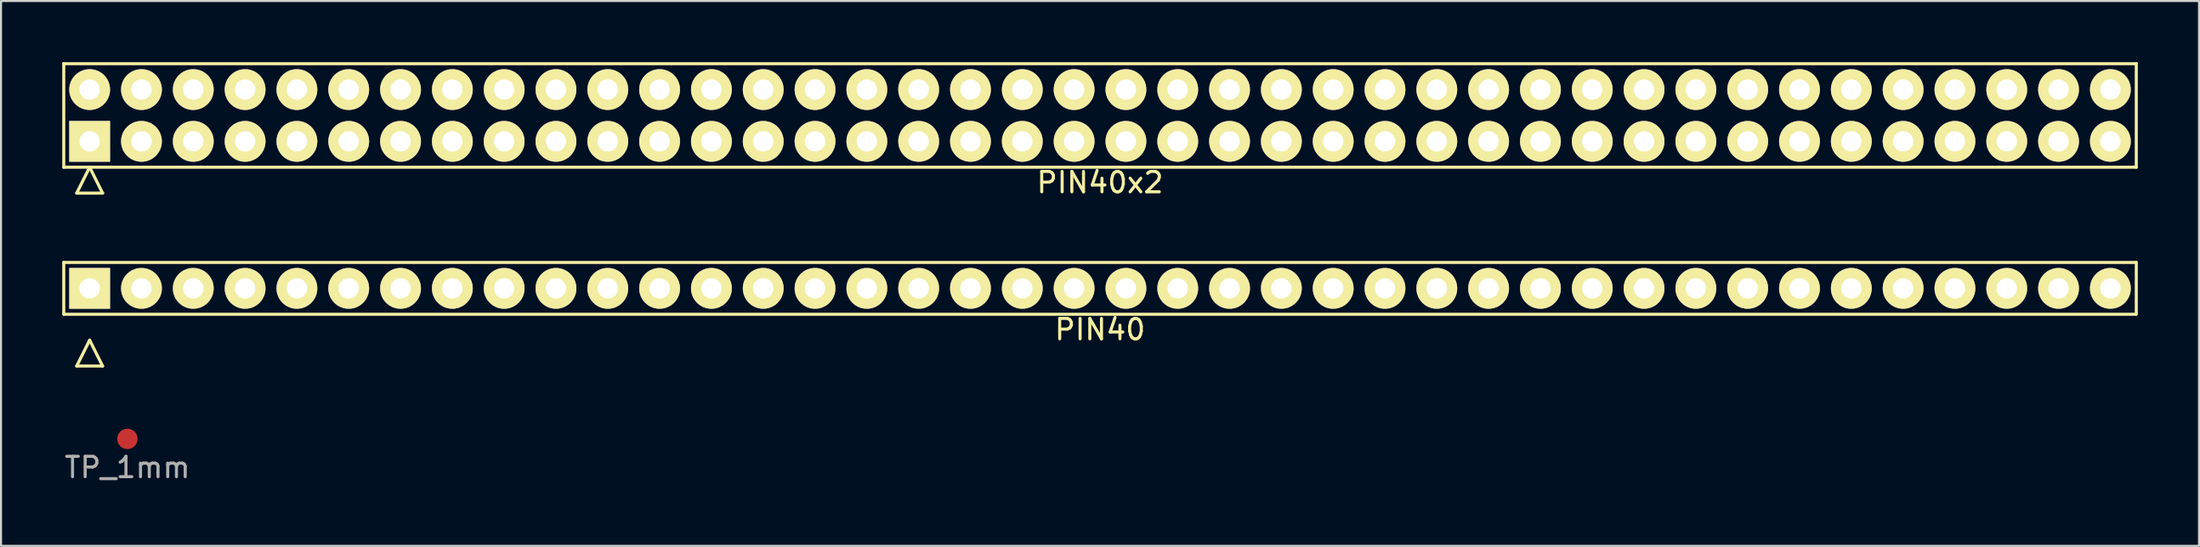
<source format=kicad_pcb>
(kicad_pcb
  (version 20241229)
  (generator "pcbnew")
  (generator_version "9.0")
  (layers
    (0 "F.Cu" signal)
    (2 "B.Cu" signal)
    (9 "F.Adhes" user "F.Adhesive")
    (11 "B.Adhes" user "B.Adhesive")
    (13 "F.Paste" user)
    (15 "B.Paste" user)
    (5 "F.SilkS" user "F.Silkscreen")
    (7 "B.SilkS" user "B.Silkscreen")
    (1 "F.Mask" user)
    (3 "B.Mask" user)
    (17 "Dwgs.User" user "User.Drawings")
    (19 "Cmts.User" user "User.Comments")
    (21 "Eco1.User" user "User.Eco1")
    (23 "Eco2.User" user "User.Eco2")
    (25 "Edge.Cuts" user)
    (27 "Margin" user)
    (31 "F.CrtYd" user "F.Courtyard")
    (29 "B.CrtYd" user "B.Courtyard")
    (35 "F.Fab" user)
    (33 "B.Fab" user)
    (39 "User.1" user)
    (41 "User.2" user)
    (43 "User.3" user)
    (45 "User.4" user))
  (footprint "TP_1mm"
    (layer "F.Cu")
    (at 3.196 18.483)
    (property "Reference" "TP_1mm" (at 0 1.4 0) (layer "F.Fab") (effects (font (size 1 1) (thickness 0.15))))
    (attr through_hole)
    (pad "1" smd circle (at 0 0) (size 1 1) (layers "F.Cu" "F.Mask")))
  (footprint "PIN40x2"
    (layer "F.Cu")
    (at 50.875 2.615)
    (property "Reference" "PIN40x2" (at 0 3.29 0) (layer "F.SilkS") (effects (font (size 1 1) (thickness 0.15))))
    (attr through_hole)
    (fp_line (start -50.8 -2.54) (end -50.8 2.54) (stroke (width 0.15) (type solid)) (layer "F.SilkS"))
    (fp_line (start -50.8 2.54) (end 50.8 2.54) (stroke (width 0.15) (type solid)) (layer "F.SilkS"))
    (fp_line (start -50.165 3.81) (end -49.53 2.54) (stroke (width 0.15) (type solid)) (layer "F.SilkS"))
    (fp_line (start -50.165 3.81) (end -48.895 3.81) (stroke (width 0.15) (type solid)) (layer "F.SilkS"))
    (fp_line (start -48.895 3.81) (end -49.53 2.54) (stroke (width 0.15) (type solid)) (layer "F.SilkS"))
    (fp_line (start 50.8 -2.54) (end -50.8 -2.54) (stroke (width 0.15) (type solid)) (layer "F.SilkS"))
    (fp_line (start 50.8 2.54) (end 50.8 -2.54) (stroke (width 0.15) (type solid)) (layer "F.SilkS"))
    (pad "1" thru_hole rect (at -49.53 1.27) (size 2 2) (drill 1) (layers "*.Cu" "*.Mask" "F.SilkS"))
    (pad "2" thru_hole circle (at -49.53 -1.27) (size 2 2) (drill 1) (layers "*.Cu" "*.Mask" "F.SilkS"))
    (pad "3" thru_hole circle (at -46.99 1.27) (size 2 2) (drill 1) (layers "*.Cu" "*.Mask" "F.SilkS"))
    (pad "4" thru_hole circle (at -46.99 -1.27) (size 2 2) (drill 1) (layers "*.Cu" "*.Mask" "F.SilkS"))
    (pad "5" thru_hole circle (at -44.45 1.27) (size 2 2) (drill 1) (layers "*.Cu" "*.Mask" "F.SilkS"))
    (pad "6" thru_hole circle (at -44.45 -1.27) (size 2 2) (drill 1) (layers "*.Cu" "*.Mask" "F.SilkS"))
    (pad "7" thru_hole circle (at -41.91 1.27) (size 2 2) (drill 1) (layers "*.Cu" "*.Mask" "F.SilkS"))
    (pad "8" thru_hole circle (at -41.91 -1.27) (size 2 2) (drill 1) (layers "*.Cu" "*.Mask" "F.SilkS"))
    (pad "9" thru_hole circle (at -39.37 1.27) (size 2 2) (drill 1) (layers "*.Cu" "*.Mask" "F.SilkS"))
    (pad "10" thru_hole circle (at -39.37 -1.27) (size 2 2) (drill 1) (layers "*.Cu" "*.Mask" "F.SilkS"))
    (pad "11" thru_hole circle (at -36.83 1.27) (size 2 2) (drill 1) (layers "*.Cu" "*.Mask" "F.SilkS"))
    (pad "12" thru_hole circle (at -36.83 -1.27) (size 2 2) (drill 1) (layers "*.Cu" "*.Mask" "F.SilkS"))
    (pad "13" thru_hole circle (at -34.29 1.27) (size 2 2) (drill 1) (layers "*.Cu" "*.Mask" "F.SilkS"))
    (pad "14" thru_hole circle (at -34.29 -1.27) (size 2 2) (drill 1) (layers "*.Cu" "*.Mask" "F.SilkS"))
    (pad "15" thru_hole circle (at -31.75 1.27) (size 2 2) (drill 1) (layers "*.Cu" "*.Mask" "F.SilkS"))
    (pad "16" thru_hole circle (at -31.75 -1.27) (size 2 2) (drill 1) (layers "*.Cu" "*.Mask" "F.SilkS"))
    (pad "17" thru_hole circle (at -29.21 1.27) (size 2 2) (drill 1) (layers "*.Cu" "*.Mask" "F.SilkS"))
    (pad "18" thru_hole circle (at -29.21 -1.27) (size 2 2) (drill 1) (layers "*.Cu" "*.Mask" "F.SilkS"))
    (pad "19" thru_hole circle (at -26.67 1.27) (size 2 2) (drill 1) (layers "*.Cu" "*.Mask" "F.SilkS"))
    (pad "20" thru_hole circle (at -26.67 -1.27) (size 2 2) (drill 1) (layers "*.Cu" "*.Mask" "F.SilkS"))
    (pad "21" thru_hole circle (at -24.13 1.27) (size 2 2) (drill 1) (layers "*.Cu" "*.Mask" "F.SilkS"))
    (pad "22" thru_hole circle (at -24.13 -1.27) (size 2 2) (drill 1) (layers "*.Cu" "*.Mask" "F.SilkS"))
    (pad "23" thru_hole circle (at -21.59 1.27) (size 2 2) (drill 1) (layers "*.Cu" "*.Mask" "F.SilkS"))
    (pad "24" thru_hole circle (at -21.59 -1.27) (size 2 2) (drill 1) (layers "*.Cu" "*.Mask" "F.SilkS"))
    (pad "25" thru_hole circle (at -19.05 1.27) (size 2 2) (drill 1) (layers "*.Cu" "*.Mask" "F.SilkS"))
    (pad "26" thru_hole circle (at -19.05 -1.27) (size 2 2) (drill 1) (layers "*.Cu" "*.Mask" "F.SilkS"))
    (pad "27" thru_hole circle (at -16.51 1.27) (size 2 2) (drill 1) (layers "*.Cu" "*.Mask" "F.SilkS"))
    (pad "28" thru_hole circle (at -16.51 -1.27) (size 2 2) (drill 1) (layers "*.Cu" "*.Mask" "F.SilkS"))
    (pad "29" thru_hole circle (at -13.97 1.27) (size 2 2) (drill 1) (layers "*.Cu" "*.Mask" "F.SilkS"))
    (pad "30" thru_hole circle (at -13.97 -1.27) (size 2 2) (drill 1) (layers "*.Cu" "*.Mask" "F.SilkS"))
    (pad "31" thru_hole circle (at -11.43 1.27) (size 2 2) (drill 1) (layers "*.Cu" "*.Mask" "F.SilkS"))
    (pad "32" thru_hole circle (at -11.43 -1.27) (size 2 2) (drill 1) (layers "*.Cu" "*.Mask" "F.SilkS"))
    (pad "33" thru_hole circle (at -8.89 1.27) (size 2 2) (drill 1) (layers "*.Cu" "*.Mask" "F.SilkS"))
    (pad "34" thru_hole circle (at -8.89 -1.27) (size 2 2) (drill 1) (layers "*.Cu" "*.Mask" "F.SilkS"))
    (pad "35" thru_hole circle (at -6.35 1.27) (size 2 2) (drill 1) (layers "*.Cu" "*.Mask" "F.SilkS"))
    (pad "36" thru_hole circle (at -6.35 -1.27) (size 2 2) (drill 1) (layers "*.Cu" "*.Mask" "F.SilkS"))
    (pad "37" thru_hole circle (at -3.81 1.27) (size 2 2) (drill 1) (layers "*.Cu" "*.Mask" "F.SilkS"))
    (pad "38" thru_hole circle (at -3.81 -1.27) (size 2 2) (drill 1) (layers "*.Cu" "*.Mask" "F.SilkS"))
    (pad "39" thru_hole circle (at -1.27 1.27) (size 2 2) (drill 1) (layers "*.Cu" "*.Mask" "F.SilkS"))
    (pad "40" thru_hole circle (at -1.27 -1.27) (size 2 2) (drill 1) (layers "*.Cu" "*.Mask" "F.SilkS"))
    (pad "41" thru_hole circle (at 1.27 1.27) (size 2 2) (drill 1) (layers "*.Cu" "*.Mask" "F.SilkS"))
    (pad "42" thru_hole circle (at 1.27 -1.27) (size 2 2) (drill 1) (layers "*.Cu" "*.Mask" "F.SilkS"))
    (pad "43" thru_hole circle (at 3.81 1.27) (size 2 2) (drill 1) (layers "*.Cu" "*.Mask" "F.SilkS"))
    (pad "44" thru_hole circle (at 3.81 -1.27) (size 2 2) (drill 1) (layers "*.Cu" "*.Mask" "F.SilkS"))
    (pad "45" thru_hole circle (at 6.35 1.27) (size 2 2) (drill 1) (layers "*.Cu" "*.Mask" "F.SilkS"))
    (pad "46" thru_hole circle (at 6.35 -1.27) (size 2 2) (drill 1) (layers "*.Cu" "*.Mask" "F.SilkS"))
    (pad "47" thru_hole circle (at 8.89 1.27) (size 2 2) (drill 1) (layers "*.Cu" "*.Mask" "F.SilkS"))
    (pad "48" thru_hole circle (at 8.89 -1.27) (size 2 2) (drill 1) (layers "*.Cu" "*.Mask" "F.SilkS"))
    (pad "49" thru_hole circle (at 11.43 1.27) (size 2 2) (drill 1) (layers "*.Cu" "*.Mask" "F.SilkS"))
    (pad "50" thru_hole circle (at 11.43 -1.27) (size 2 2) (drill 1) (layers "*.Cu" "*.Mask" "F.SilkS"))
    (pad "51" thru_hole circle (at 13.97 1.27) (size 2 2) (drill 1) (layers "*.Cu" "*.Mask" "F.SilkS"))
    (pad "52" thru_hole circle (at 13.97 -1.27) (size 2 2) (drill 1) (layers "*.Cu" "*.Mask" "F.SilkS"))
    (pad "53" thru_hole circle (at 16.51 1.27) (size 2 2) (drill 1) (layers "*.Cu" "*.Mask" "F.SilkS"))
    (pad "54" thru_hole circle (at 16.51 -1.27) (size 2 2) (drill 1) (layers "*.Cu" "*.Mask" "F.SilkS"))
    (pad "55" thru_hole circle (at 19.05 1.27) (size 2 2) (drill 1) (layers "*.Cu" "*.Mask" "F.SilkS"))
    (pad "56" thru_hole circle (at 19.05 -1.27) (size 2 2) (drill 1) (layers "*.Cu" "*.Mask" "F.SilkS"))
    (pad "57" thru_hole circle (at 21.59 1.27) (size 2 2) (drill 1) (layers "*.Cu" "*.Mask" "F.SilkS"))
    (pad "58" thru_hole circle (at 21.59 -1.27) (size 2 2) (drill 1) (layers "*.Cu" "*.Mask" "F.SilkS"))
    (pad "59" thru_hole circle (at 24.13 1.27) (size 2 2) (drill 1) (layers "*.Cu" "*.Mask" "F.SilkS"))
    (pad "60" thru_hole circle (at 24.13 -1.27) (size 2 2) (drill 1) (layers "*.Cu" "*.Mask" "F.SilkS"))
    (pad "61" thru_hole circle (at 26.67 1.27) (size 2 2) (drill 1) (layers "*.Cu" "*.Mask" "F.SilkS"))
    (pad "62" thru_hole circle (at 26.67 -1.27) (size 2 2) (drill 1) (layers "*.Cu" "*.Mask" "F.SilkS"))
    (pad "63" thru_hole circle (at 29.21 1.27) (size 2 2) (drill 1) (layers "*.Cu" "*.Mask" "F.SilkS"))
    (pad "64" thru_hole circle (at 29.21 -1.27) (size 2 2) (drill 1) (layers "*.Cu" "*.Mask" "F.SilkS"))
    (pad "65" thru_hole circle (at 31.75 1.27) (size 2 2) (drill 1) (layers "*.Cu" "*.Mask" "F.SilkS"))
    (pad "66" thru_hole circle (at 31.75 -1.27) (size 2 2) (drill 1) (layers "*.Cu" "*.Mask" "F.SilkS"))
    (pad "67" thru_hole circle (at 34.29 1.27) (size 2 2) (drill 1) (layers "*.Cu" "*.Mask" "F.SilkS"))
    (pad "68" thru_hole circle (at 34.29 -1.27) (size 2 2) (drill 1) (layers "*.Cu" "*.Mask" "F.SilkS"))
    (pad "69" thru_hole circle (at 36.83 1.27) (size 2 2) (drill 1) (layers "*.Cu" "*.Mask" "F.SilkS"))
    (pad "70" thru_hole circle (at 36.83 -1.27) (size 2 2) (drill 1) (layers "*.Cu" "*.Mask" "F.SilkS"))
    (pad "71" thru_hole circle (at 39.37 1.27) (size 2 2) (drill 1) (layers "*.Cu" "*.Mask" "F.SilkS"))
    (pad "72" thru_hole circle (at 39.37 -1.27) (size 2 2) (drill 1) (layers "*.Cu" "*.Mask" "F.SilkS"))
    (pad "73" thru_hole circle (at 41.91 1.27) (size 2 2) (drill 1) (layers "*.Cu" "*.Mask" "F.SilkS"))
    (pad "74" thru_hole circle (at 41.91 -1.27) (size 2 2) (drill 1) (layers "*.Cu" "*.Mask" "F.SilkS"))
    (pad "75" thru_hole circle (at 44.45 1.27) (size 2 2) (drill 1) (layers "*.Cu" "*.Mask" "F.SilkS"))
    (pad "76" thru_hole circle (at 44.45 -1.27) (size 2 2) (drill 1) (layers "*.Cu" "*.Mask" "F.SilkS"))
    (pad "77" thru_hole circle (at 46.99 1.27) (size 2 2) (drill 1) (layers "*.Cu" "*.Mask" "F.SilkS"))
    (pad "78" thru_hole circle (at 46.99 -1.27) (size 2 2) (drill 1) (layers "*.Cu" "*.Mask" "F.SilkS"))
    (pad "79" thru_hole circle (at 49.53 1.27) (size 2 2) (drill 1) (layers "*.Cu" "*.Mask" "F.SilkS"))
    (pad "80" thru_hole circle (at 49.53 -1.27) (size 2 2) (drill 1) (layers "*.Cu" "*.Mask" "F.SilkS")))
  (footprint "PIN40"
    (layer "F.Cu")
    (at 50.875 11.098)
    (property "Reference" "PIN40" (at 0 2.02 0) (layer "F.SilkS") (effects (font (size 1 1) (thickness 0.15))))
    (attr through_hole)
    (fp_line (start -50.8 -1.27) (end -50.8 1.27) (stroke (width 0.15) (type solid)) (layer "F.SilkS"))
    (fp_line (start -50.8 1.27) (end 50.8 1.27) (stroke (width 0.15) (type solid)) (layer "F.SilkS"))
    (fp_line (start -50.165 3.81) (end -49.53 2.54) (stroke (width 0.15) (type solid)) (layer "F.SilkS"))
    (fp_line (start -50.165 3.81) (end -48.895 3.81) (stroke (width 0.15) (type solid)) (layer "F.SilkS"))
    (fp_line (start -48.895 3.81) (end -49.53 2.54) (stroke (width 0.15) (type solid)) (layer "F.SilkS"))
    (fp_line (start 50.8 -1.27) (end -50.8 -1.27) (stroke (width 0.15) (type solid)) (layer "F.SilkS"))
    (fp_line (start 50.8 1.27) (end 50.8 -1.27) (stroke (width 0.15) (type solid)) (layer "F.SilkS"))
    (pad "1" thru_hole rect (at -49.53 0) (size 2 2) (drill 1) (layers "*.Cu" "*.Mask" "F.SilkS"))
    (pad "2" thru_hole circle (at -46.99 0) (size 2 2) (drill 1) (layers "*.Cu" "*.Mask" "F.SilkS"))
    (pad "3" thru_hole circle (at -44.45 0) (size 2 2) (drill 1) (layers "*.Cu" "*.Mask" "F.SilkS"))
    (pad "4" thru_hole circle (at -41.91 0) (size 2 2) (drill 1) (layers "*.Cu" "*.Mask" "F.SilkS"))
    (pad "5" thru_hole circle (at -39.37 0) (size 2 2) (drill 1) (layers "*.Cu" "*.Mask" "F.SilkS"))
    (pad "6" thru_hole circle (at -36.83 0) (size 2 2) (drill 1) (layers "*.Cu" "*.Mask" "F.SilkS"))
    (pad "7" thru_hole circle (at -34.29 0) (size 2 2) (drill 1) (layers "*.Cu" "*.Mask" "F.SilkS"))
    (pad "8" thru_hole circle (at -31.75 0) (size 2 2) (drill 1) (layers "*.Cu" "*.Mask" "F.SilkS"))
    (pad "9" thru_hole circle (at -29.21 0) (size 2 2) (drill 1) (layers "*.Cu" "*.Mask" "F.SilkS"))
    (pad "10" thru_hole circle (at -26.67 0) (size 2 2) (drill 1) (layers "*.Cu" "*.Mask" "F.SilkS"))
    (pad "11" thru_hole circle (at -24.13 0) (size 2 2) (drill 1) (layers "*.Cu" "*.Mask" "F.SilkS"))
    (pad "12" thru_hole circle (at -21.59 0) (size 2 2) (drill 1) (layers "*.Cu" "*.Mask" "F.SilkS"))
    (pad "13" thru_hole circle (at -19.05 0) (size 2 2) (drill 1) (layers "*.Cu" "*.Mask" "F.SilkS"))
    (pad "14" thru_hole circle (at -16.51 0) (size 2 2) (drill 1) (layers "*.Cu" "*.Mask" "F.SilkS"))
    (pad "15" thru_hole circle (at -13.97 0) (size 2 2) (drill 1) (layers "*.Cu" "*.Mask" "F.SilkS"))
    (pad "16" thru_hole circle (at -11.43 0) (size 2 2) (drill 1) (layers "*.Cu" "*.Mask" "F.SilkS"))
    (pad "17" thru_hole circle (at -8.89 0) (size 2 2) (drill 1) (layers "*.Cu" "*.Mask" "F.SilkS"))
    (pad "18" thru_hole circle (at -6.35 0) (size 2 2) (drill 1) (layers "*.Cu" "*.Mask" "F.SilkS"))
    (pad "19" thru_hole circle (at -3.81 0) (size 2 2) (drill 1) (layers "*.Cu" "*.Mask" "F.SilkS"))
    (pad "20" thru_hole circle (at -1.27 0) (size 2 2) (drill 1) (layers "*.Cu" "*.Mask" "F.SilkS"))
    (pad "21" thru_hole circle (at 1.27 0) (size 2 2) (drill 1) (layers "*.Cu" "*.Mask" "F.SilkS"))
    (pad "22" thru_hole circle (at 3.81 0) (size 2 2) (drill 1) (layers "*.Cu" "*.Mask" "F.SilkS"))
    (pad "23" thru_hole circle (at 6.35 0) (size 2 2) (drill 1) (layers "*.Cu" "*.Mask" "F.SilkS"))
    (pad "24" thru_hole circle (at 8.89 0) (size 2 2) (drill 1) (layers "*.Cu" "*.Mask" "F.SilkS"))
    (pad "25" thru_hole circle (at 11.43 0) (size 2 2) (drill 1) (layers "*.Cu" "*.Mask" "F.SilkS"))
    (pad "26" thru_hole circle (at 13.97 0) (size 2 2) (drill 1) (layers "*.Cu" "*.Mask" "F.SilkS"))
    (pad "27" thru_hole circle (at 16.51 0) (size 2 2) (drill 1) (layers "*.Cu" "*.Mask" "F.SilkS"))
    (pad "28" thru_hole circle (at 19.05 0) (size 2 2) (drill 1) (layers "*.Cu" "*.Mask" "F.SilkS"))
    (pad "29" thru_hole circle (at 21.59 0) (size 2 2) (drill 1) (layers "*.Cu" "*.Mask" "F.SilkS"))
    (pad "30" thru_hole circle (at 24.13 0) (size 2 2) (drill 1) (layers "*.Cu" "*.Mask" "F.SilkS"))
    (pad "31" thru_hole circle (at 26.67 0) (size 2 2) (drill 1) (layers "*.Cu" "*.Mask" "F.SilkS"))
    (pad "32" thru_hole circle (at 29.21 0) (size 2 2) (drill 1) (layers "*.Cu" "*.Mask" "F.SilkS"))
    (pad "33" thru_hole circle (at 31.75 0) (size 2 2) (drill 1) (layers "*.Cu" "*.Mask" "F.SilkS"))
    (pad "34" thru_hole circle (at 34.29 0) (size 2 2) (drill 1) (layers "*.Cu" "*.Mask" "F.SilkS"))
    (pad "35" thru_hole circle (at 36.83 0) (size 2 2) (drill 1) (layers "*.Cu" "*.Mask" "F.SilkS"))
    (pad "36" thru_hole circle (at 39.37 0) (size 2 2) (drill 1) (layers "*.Cu" "*.Mask" "F.SilkS"))
    (pad "37" thru_hole circle (at 41.91 0) (size 2 2) (drill 1) (layers "*.Cu" "*.Mask" "F.SilkS"))
    (pad "38" thru_hole circle (at 44.45 0) (size 2 2) (drill 1) (layers "*.Cu" "*.Mask" "F.SilkS"))
    (pad "39" thru_hole circle (at 46.99 0) (size 2 2) (drill 1) (layers "*.Cu" "*.Mask" "F.SilkS"))
    (pad "40" thru_hole circle (at 49.53 0) (size 2 2) (drill 1) (layers "*.Cu" "*.Mask" "F.SilkS")))
  (gr_rect
    (start -3 -3)
    (end 104.75 23.732)
    (stroke (width 0.1) (type default))
    (fill no)
    (layer "Edge.Cuts")))
</source>
